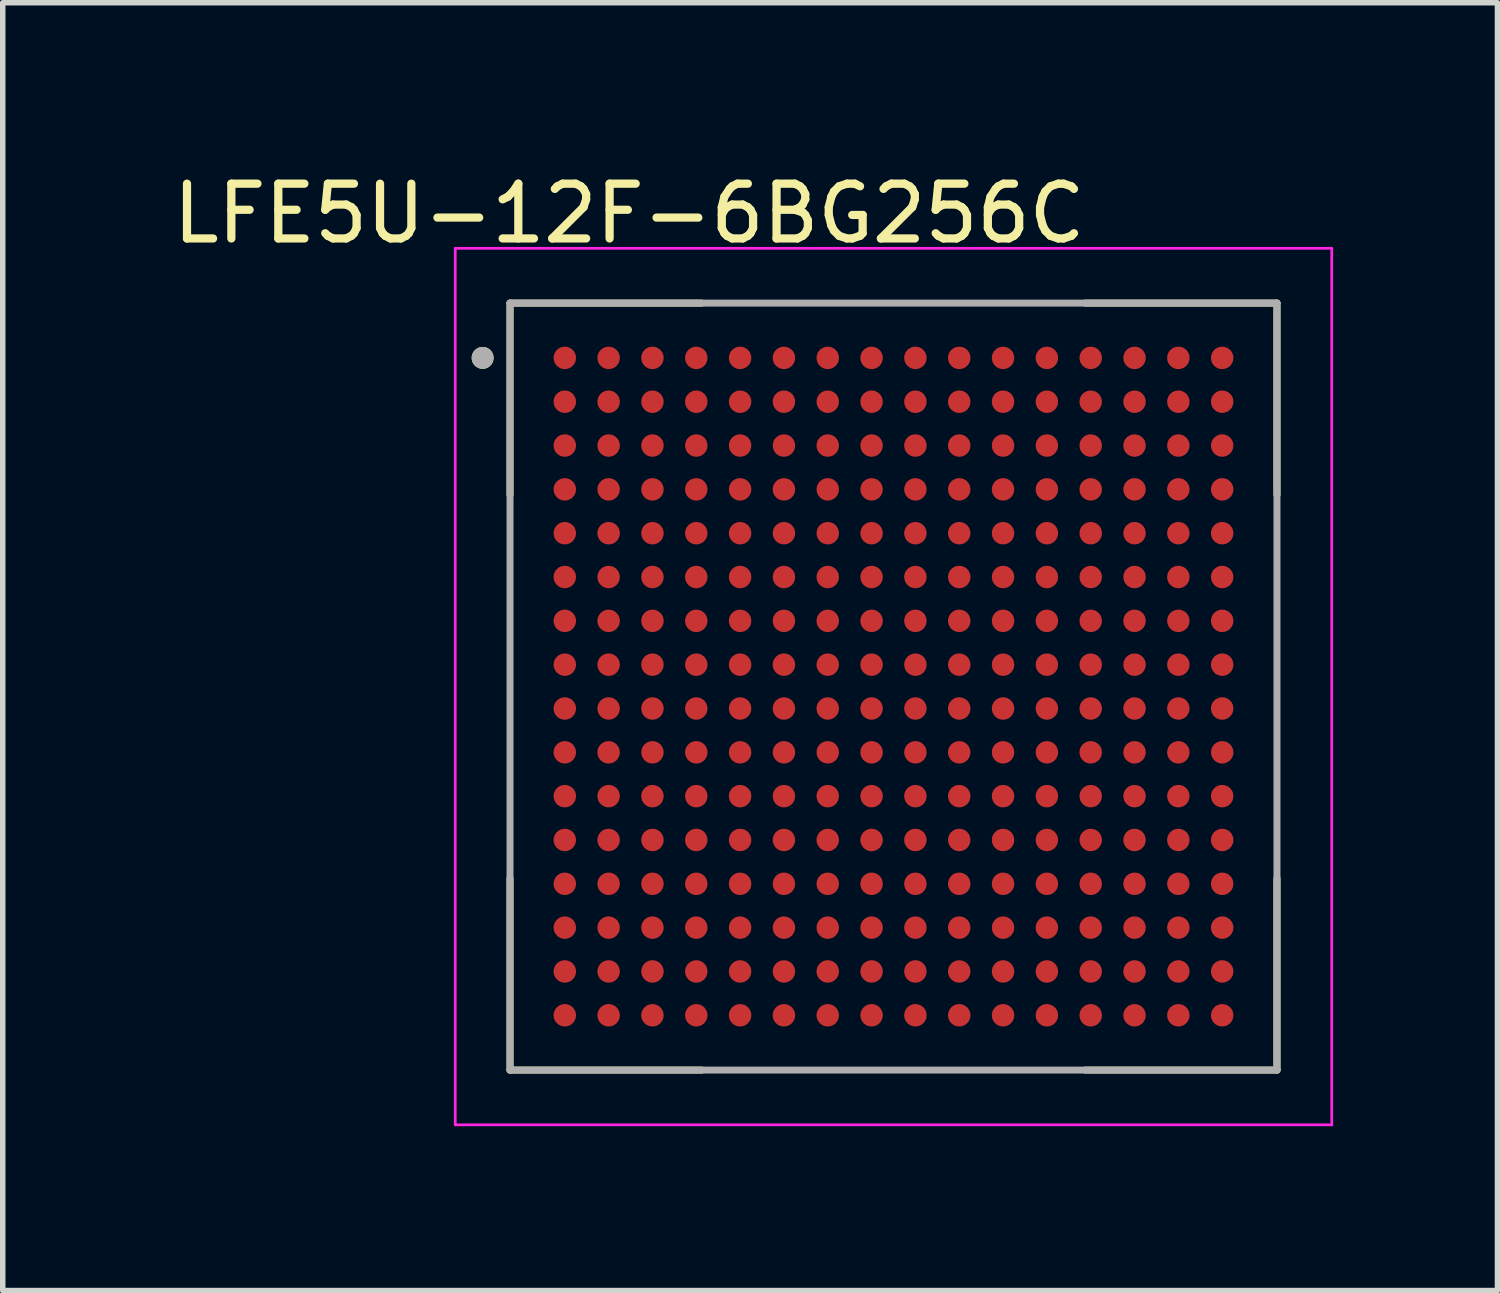
<source format=kicad_pcb>
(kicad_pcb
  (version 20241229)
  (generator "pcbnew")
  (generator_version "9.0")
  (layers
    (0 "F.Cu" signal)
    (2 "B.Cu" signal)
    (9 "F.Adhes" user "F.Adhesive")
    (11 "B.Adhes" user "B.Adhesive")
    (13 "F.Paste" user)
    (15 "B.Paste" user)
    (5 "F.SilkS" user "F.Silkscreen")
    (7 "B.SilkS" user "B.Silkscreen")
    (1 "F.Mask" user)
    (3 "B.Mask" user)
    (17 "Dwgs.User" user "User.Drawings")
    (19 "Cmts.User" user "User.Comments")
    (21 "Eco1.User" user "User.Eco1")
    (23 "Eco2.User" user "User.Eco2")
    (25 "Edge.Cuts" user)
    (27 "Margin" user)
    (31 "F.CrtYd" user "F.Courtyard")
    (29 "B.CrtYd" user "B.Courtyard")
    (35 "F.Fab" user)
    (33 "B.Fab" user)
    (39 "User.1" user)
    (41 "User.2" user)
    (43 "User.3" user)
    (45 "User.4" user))
  (footprint "LFE5U-12F-6BG256C"
    (layer "F.Cu")
    (at 13.26 9.483)
    (property "Reference" "LFE5U-12F-6BG256C" (at -4.825 -8.635 0) (layer "F.SilkS") (effects (font (size 1 1) (thickness 0.15))))
    (attr smd)
    (fp_line (start -7 -7) (end -7 -3.5) (stroke (width 0.127) (type solid)) (layer "F.SilkS"))
    (fp_line (start -7 -7) (end -3.5 -7) (stroke (width 0.127) (type solid)) (layer "F.SilkS"))
    (fp_line (start -7 7) (end -7 3.5) (stroke (width 0.127) (type solid)) (layer "F.SilkS"))
    (fp_line (start -7 7) (end -3.5 7) (stroke (width 0.127) (type solid)) (layer "F.SilkS"))
    (fp_line (start 7 -7) (end 3.5 -7) (stroke (width 0.127) (type solid)) (layer "F.SilkS"))
    (fp_line (start 7 -7) (end 7 -3.5) (stroke (width 0.127) (type solid)) (layer "F.SilkS"))
    (fp_line (start 7 7) (end 3.5 7) (stroke (width 0.127) (type solid)) (layer "F.SilkS"))
    (fp_line (start 7 7) (end 7 3.5) (stroke (width 0.127) (type solid)) (layer "F.SilkS"))
    (fp_circle (center -7.5 -6) (end -7.4 -6) (stroke (width 0.2) (type solid)) (fill no) (layer "F.SilkS"))
    (fp_line (start -8 -8) (end 8 -8) (stroke (width 0.05) (type solid)) (layer "F.CrtYd"))
    (fp_line (start -8 8) (end -8 -8) (stroke (width 0.05) (type solid)) (layer "F.CrtYd"))
    (fp_line (start -8 8) (end 8 8) (stroke (width 0.05) (type solid)) (layer "F.CrtYd"))
    (fp_line (start 8 8) (end 8 -8) (stroke (width 0.05) (type solid)) (layer "F.CrtYd"))
    (fp_line (start -7 7) (end -7 -7) (stroke (width 0.127) (type solid)) (layer "F.Fab"))
    (fp_line (start 7 -7) (end -7 -7) (stroke (width 0.127) (type solid)) (layer "F.Fab"))
    (fp_line (start 7 7) (end -7 7) (stroke (width 0.127) (type solid)) (layer "F.Fab"))
    (fp_line (start 7 7) (end 7 -7) (stroke (width 0.127) (type solid)) (layer "F.Fab"))
    (fp_circle (center -7.5 -6) (end -7.4 -6) (stroke (width 0.2) (type solid)) (fill no) (layer "F.Fab"))
    (pad "A1" smd circle (at -6 -6) (size 0.41 0.41) (layers "F.Cu" "F.Mask" "F.Paste"))
    (pad "A2" smd circle (at -5.2 -6) (size 0.41 0.41) (layers "F.Cu" "F.Mask" "F.Paste"))
    (pad "A3" smd circle (at -4.4 -6) (size 0.41 0.41) (layers "F.Cu" "F.Mask" "F.Paste"))
    (pad "A4" smd circle (at -3.6 -6) (size 0.41 0.41) (layers "F.Cu" "F.Mask" "F.Paste"))
    (pad "A5" smd circle (at -2.8 -6) (size 0.41 0.41) (layers "F.Cu" "F.Mask" "F.Paste"))
    (pad "A6" smd circle (at -2 -6) (size 0.41 0.41) (layers "F.Cu" "F.Mask" "F.Paste"))
    (pad "A7" smd circle (at -1.2 -6) (size 0.41 0.41) (layers "F.Cu" "F.Mask" "F.Paste"))
    (pad "A8" smd circle (at -0.4 -6) (size 0.41 0.41) (layers "F.Cu" "F.Mask" "F.Paste"))
    (pad "A9" smd circle (at 0.4 -6) (size 0.41 0.41) (layers "F.Cu" "F.Mask" "F.Paste"))
    (pad "A10" smd circle (at 1.2 -6) (size 0.41 0.41) (layers "F.Cu" "F.Mask" "F.Paste"))
    (pad "A11" smd circle (at 2 -6) (size 0.41 0.41) (layers "F.Cu" "F.Mask" "F.Paste"))
    (pad "A12" smd circle (at 2.8 -6) (size 0.41 0.41) (layers "F.Cu" "F.Mask" "F.Paste"))
    (pad "A13" smd circle (at 3.6 -6) (size 0.41 0.41) (layers "F.Cu" "F.Mask" "F.Paste"))
    (pad "A14" smd circle (at 4.4 -6) (size 0.41 0.41) (layers "F.Cu" "F.Mask" "F.Paste"))
    (pad "A15" smd circle (at 5.2 -6) (size 0.41 0.41) (layers "F.Cu" "F.Mask" "F.Paste"))
    (pad "A16" smd circle (at 6 -6) (size 0.41 0.41) (layers "F.Cu" "F.Mask" "F.Paste"))
    (pad "B1" smd circle (at -6 -5.2) (size 0.41 0.41) (layers "F.Cu" "F.Mask" "F.Paste"))
    (pad "B2" smd circle (at -5.2 -5.2) (size 0.41 0.41) (layers "F.Cu" "F.Mask" "F.Paste"))
    (pad "B3" smd circle (at -4.4 -5.2) (size 0.41 0.41) (layers "F.Cu" "F.Mask" "F.Paste"))
    (pad "B4" smd circle (at -3.6 -5.2) (size 0.41 0.41) (layers "F.Cu" "F.Mask" "F.Paste"))
    (pad "B5" smd circle (at -2.8 -5.2) (size 0.41 0.41) (layers "F.Cu" "F.Mask" "F.Paste"))
    (pad "B6" smd circle (at -2 -5.2) (size 0.41 0.41) (layers "F.Cu" "F.Mask" "F.Paste"))
    (pad "B7" smd circle (at -1.2 -5.2) (size 0.41 0.41) (layers "F.Cu" "F.Mask" "F.Paste"))
    (pad "B8" smd circle (at -0.4 -5.2) (size 0.41 0.41) (layers "F.Cu" "F.Mask" "F.Paste"))
    (pad "B9" smd circle (at 0.4 -5.2) (size 0.41 0.41) (layers "F.Cu" "F.Mask" "F.Paste"))
    (pad "B10" smd circle (at 1.2 -5.2) (size 0.41 0.41) (layers "F.Cu" "F.Mask" "F.Paste"))
    (pad "B11" smd circle (at 2 -5.2) (size 0.41 0.41) (layers "F.Cu" "F.Mask" "F.Paste"))
    (pad "B12" smd circle (at 2.8 -5.2) (size 0.41 0.41) (layers "F.Cu" "F.Mask" "F.Paste"))
    (pad "B13" smd circle (at 3.6 -5.2) (size 0.41 0.41) (layers "F.Cu" "F.Mask" "F.Paste"))
    (pad "B14" smd circle (at 4.4 -5.2) (size 0.41 0.41) (layers "F.Cu" "F.Mask" "F.Paste"))
    (pad "B15" smd circle (at 5.2 -5.2) (size 0.41 0.41) (layers "F.Cu" "F.Mask" "F.Paste"))
    (pad "B16" smd circle (at 6 -5.2) (size 0.41 0.41) (layers "F.Cu" "F.Mask" "F.Paste"))
    (pad "C1" smd circle (at -6 -4.4) (size 0.41 0.41) (layers "F.Cu" "F.Mask" "F.Paste"))
    (pad "C2" smd circle (at -5.2 -4.4) (size 0.41 0.41) (layers "F.Cu" "F.Mask" "F.Paste"))
    (pad "C3" smd circle (at -4.4 -4.4) (size 0.41 0.41) (layers "F.Cu" "F.Mask" "F.Paste"))
    (pad "C4" smd circle (at -3.6 -4.4) (size 0.41 0.41) (layers "F.Cu" "F.Mask" "F.Paste"))
    (pad "C5" smd circle (at -2.8 -4.4) (size 0.41 0.41) (layers "F.Cu" "F.Mask" "F.Paste"))
    (pad "C6" smd circle (at -2 -4.4) (size 0.41 0.41) (layers "F.Cu" "F.Mask" "F.Paste"))
    (pad "C7" smd circle (at -1.2 -4.4) (size 0.41 0.41) (layers "F.Cu" "F.Mask" "F.Paste"))
    (pad "C8" smd circle (at -0.4 -4.4) (size 0.41 0.41) (layers "F.Cu" "F.Mask" "F.Paste"))
    (pad "C9" smd circle (at 0.4 -4.4) (size 0.41 0.41) (layers "F.Cu" "F.Mask" "F.Paste"))
    (pad "C10" smd circle (at 1.2 -4.4) (size 0.41 0.41) (layers "F.Cu" "F.Mask" "F.Paste"))
    (pad "C11" smd circle (at 2 -4.4) (size 0.41 0.41) (layers "F.Cu" "F.Mask" "F.Paste"))
    (pad "C12" smd circle (at 2.8 -4.4) (size 0.41 0.41) (layers "F.Cu" "F.Mask" "F.Paste"))
    (pad "C13" smd circle (at 3.6 -4.4) (size 0.41 0.41) (layers "F.Cu" "F.Mask" "F.Paste"))
    (pad "C14" smd circle (at 4.4 -4.4) (size 0.41 0.41) (layers "F.Cu" "F.Mask" "F.Paste"))
    (pad "C15" smd circle (at 5.2 -4.4) (size 0.41 0.41) (layers "F.Cu" "F.Mask" "F.Paste"))
    (pad "C16" smd circle (at 6 -4.4) (size 0.41 0.41) (layers "F.Cu" "F.Mask" "F.Paste"))
    (pad "D1" smd circle (at -6 -3.6) (size 0.41 0.41) (layers "F.Cu" "F.Mask" "F.Paste"))
    (pad "D2" smd circle (at -5.2 -3.6) (size 0.41 0.41) (layers "F.Cu" "F.Mask" "F.Paste"))
    (pad "D3" smd circle (at -4.4 -3.6) (size 0.41 0.41) (layers "F.Cu" "F.Mask" "F.Paste"))
    (pad "D4" smd circle (at -3.6 -3.6) (size 0.41 0.41) (layers "F.Cu" "F.Mask" "F.Paste"))
    (pad "D5" smd circle (at -2.8 -3.6) (size 0.41 0.41) (layers "F.Cu" "F.Mask" "F.Paste"))
    (pad "D6" smd circle (at -2 -3.6) (size 0.41 0.41) (layers "F.Cu" "F.Mask" "F.Paste"))
    (pad "D7" smd circle (at -1.2 -3.6) (size 0.41 0.41) (layers "F.Cu" "F.Mask" "F.Paste"))
    (pad "D8" smd circle (at -0.4 -3.6) (size 0.41 0.41) (layers "F.Cu" "F.Mask" "F.Paste"))
    (pad "D9" smd circle (at 0.4 -3.6) (size 0.41 0.41) (layers "F.Cu" "F.Mask" "F.Paste"))
    (pad "D10" smd circle (at 1.2 -3.6) (size 0.41 0.41) (layers "F.Cu" "F.Mask" "F.Paste"))
    (pad "D11" smd circle (at 2 -3.6) (size 0.41 0.41) (layers "F.Cu" "F.Mask" "F.Paste"))
    (pad "D12" smd circle (at 2.8 -3.6) (size 0.41 0.41) (layers "F.Cu" "F.Mask" "F.Paste"))
    (pad "D13" smd circle (at 3.6 -3.6) (size 0.41 0.41) (layers "F.Cu" "F.Mask" "F.Paste"))
    (pad "D14" smd circle (at 4.4 -3.6) (size 0.41 0.41) (layers "F.Cu" "F.Mask" "F.Paste"))
    (pad "D15" smd circle (at 5.2 -3.6) (size 0.41 0.41) (layers "F.Cu" "F.Mask" "F.Paste"))
    (pad "D16" smd circle (at 6 -3.6) (size 0.41 0.41) (layers "F.Cu" "F.Mask" "F.Paste"))
    (pad "E1" smd circle (at -6 -2.8) (size 0.41 0.41) (layers "F.Cu" "F.Mask" "F.Paste"))
    (pad "E2" smd circle (at -5.2 -2.8) (size 0.41 0.41) (layers "F.Cu" "F.Mask" "F.Paste"))
    (pad "E3" smd circle (at -4.4 -2.8) (size 0.41 0.41) (layers "F.Cu" "F.Mask" "F.Paste"))
    (pad "E4" smd circle (at -3.6 -2.8) (size 0.41 0.41) (layers "F.Cu" "F.Mask" "F.Paste"))
    (pad "E5" smd circle (at -2.8 -2.8) (size 0.41 0.41) (layers "F.Cu" "F.Mask" "F.Paste"))
    (pad "E6" smd circle (at -2 -2.8) (size 0.41 0.41) (layers "F.Cu" "F.Mask" "F.Paste"))
    (pad "E7" smd circle (at -1.2 -2.8) (size 0.41 0.41) (layers "F.Cu" "F.Mask" "F.Paste"))
    (pad "E8" smd circle (at -0.4 -2.8) (size 0.41 0.41) (layers "F.Cu" "F.Mask" "F.Paste"))
    (pad "E9" smd circle (at 0.4 -2.8) (size 0.41 0.41) (layers "F.Cu" "F.Mask" "F.Paste"))
    (pad "E10" smd circle (at 1.2 -2.8) (size 0.41 0.41) (layers "F.Cu" "F.Mask" "F.Paste"))
    (pad "E11" smd circle (at 2 -2.8) (size 0.41 0.41) (layers "F.Cu" "F.Mask" "F.Paste"))
    (pad "E12" smd circle (at 2.8 -2.8) (size 0.41 0.41) (layers "F.Cu" "F.Mask" "F.Paste"))
    (pad "E13" smd circle (at 3.6 -2.8) (size 0.41 0.41) (layers "F.Cu" "F.Mask" "F.Paste"))
    (pad "E14" smd circle (at 4.4 -2.8) (size 0.41 0.41) (layers "F.Cu" "F.Mask" "F.Paste"))
    (pad "E15" smd circle (at 5.2 -2.8) (size 0.41 0.41) (layers "F.Cu" "F.Mask" "F.Paste"))
    (pad "E16" smd circle (at 6 -2.8) (size 0.41 0.41) (layers "F.Cu" "F.Mask" "F.Paste"))
    (pad "F1" smd circle (at -6 -2) (size 0.41 0.41) (layers "F.Cu" "F.Mask" "F.Paste"))
    (pad "F2" smd circle (at -5.2 -2) (size 0.41 0.41) (layers "F.Cu" "F.Mask" "F.Paste"))
    (pad "F3" smd circle (at -4.4 -2) (size 0.41 0.41) (layers "F.Cu" "F.Mask" "F.Paste"))
    (pad "F4" smd circle (at -3.6 -2) (size 0.41 0.41) (layers "F.Cu" "F.Mask" "F.Paste"))
    (pad "F5" smd circle (at -2.8 -2) (size 0.41 0.41) (layers "F.Cu" "F.Mask" "F.Paste"))
    (pad "F6" smd circle (at -2 -2) (size 0.41 0.41) (layers "F.Cu" "F.Mask" "F.Paste"))
    (pad "F7" smd circle (at -1.2 -2) (size 0.41 0.41) (layers "F.Cu" "F.Mask" "F.Paste"))
    (pad "F8" smd circle (at -0.4 -2) (size 0.41 0.41) (layers "F.Cu" "F.Mask" "F.Paste"))
    (pad "F9" smd circle (at 0.4 -2) (size 0.41 0.41) (layers "F.Cu" "F.Mask" "F.Paste"))
    (pad "F10" smd circle (at 1.2 -2) (size 0.41 0.41) (layers "F.Cu" "F.Mask" "F.Paste"))
    (pad "F11" smd circle (at 2 -2) (size 0.41 0.41) (layers "F.Cu" "F.Mask" "F.Paste"))
    (pad "F12" smd circle (at 2.8 -2) (size 0.41 0.41) (layers "F.Cu" "F.Mask" "F.Paste"))
    (pad "F13" smd circle (at 3.6 -2) (size 0.41 0.41) (layers "F.Cu" "F.Mask" "F.Paste"))
    (pad "F14" smd circle (at 4.4 -2) (size 0.41 0.41) (layers "F.Cu" "F.Mask" "F.Paste"))
    (pad "F15" smd circle (at 5.2 -2) (size 0.41 0.41) (layers "F.Cu" "F.Mask" "F.Paste"))
    (pad "F16" smd circle (at 6 -2) (size 0.41 0.41) (layers "F.Cu" "F.Mask" "F.Paste"))
    (pad "G1" smd circle (at -6 -1.2) (size 0.41 0.41) (layers "F.Cu" "F.Mask" "F.Paste"))
    (pad "G2" smd circle (at -5.2 -1.2) (size 0.41 0.41) (layers "F.Cu" "F.Mask" "F.Paste"))
    (pad "G3" smd circle (at -4.4 -1.2) (size 0.41 0.41) (layers "F.Cu" "F.Mask" "F.Paste"))
    (pad "G4" smd circle (at -3.6 -1.2) (size 0.41 0.41) (layers "F.Cu" "F.Mask" "F.Paste"))
    (pad "G5" smd circle (at -2.8 -1.2) (size 0.41 0.41) (layers "F.Cu" "F.Mask" "F.Paste"))
    (pad "G6" smd circle (at -2 -1.2) (size 0.41 0.41) (layers "F.Cu" "F.Mask" "F.Paste"))
    (pad "G7" smd circle (at -1.2 -1.2) (size 0.41 0.41) (layers "F.Cu" "F.Mask" "F.Paste"))
    (pad "G8" smd circle (at -0.4 -1.2) (size 0.41 0.41) (layers "F.Cu" "F.Mask" "F.Paste"))
    (pad "G9" smd circle (at 0.4 -1.2) (size 0.41 0.41) (layers "F.Cu" "F.Mask" "F.Paste"))
    (pad "G10" smd circle (at 1.2 -1.2) (size 0.41 0.41) (layers "F.Cu" "F.Mask" "F.Paste"))
    (pad "G11" smd circle (at 2 -1.2) (size 0.41 0.41) (layers "F.Cu" "F.Mask" "F.Paste"))
    (pad "G12" smd circle (at 2.8 -1.2) (size 0.41 0.41) (layers "F.Cu" "F.Mask" "F.Paste"))
    (pad "G13" smd circle (at 3.6 -1.2) (size 0.41 0.41) (layers "F.Cu" "F.Mask" "F.Paste"))
    (pad "G14" smd circle (at 4.4 -1.2) (size 0.41 0.41) (layers "F.Cu" "F.Mask" "F.Paste"))
    (pad "G15" smd circle (at 5.2 -1.2) (size 0.41 0.41) (layers "F.Cu" "F.Mask" "F.Paste"))
    (pad "G16" smd circle (at 6 -1.2) (size 0.41 0.41) (layers "F.Cu" "F.Mask" "F.Paste"))
    (pad "H1" smd circle (at -6 -0.4) (size 0.41 0.41) (layers "F.Cu" "F.Mask" "F.Paste"))
    (pad "H2" smd circle (at -5.2 -0.4) (size 0.41 0.41) (layers "F.Cu" "F.Mask" "F.Paste"))
    (pad "H3" smd circle (at -4.4 -0.4) (size 0.41 0.41) (layers "F.Cu" "F.Mask" "F.Paste"))
    (pad "H4" smd circle (at -3.6 -0.4) (size 0.41 0.41) (layers "F.Cu" "F.Mask" "F.Paste"))
    (pad "H5" smd circle (at -2.8 -0.4) (size 0.41 0.41) (layers "F.Cu" "F.Mask" "F.Paste"))
    (pad "H6" smd circle (at -2 -0.4) (size 0.41 0.41) (layers "F.Cu" "F.Mask" "F.Paste"))
    (pad "H7" smd circle (at -1.2 -0.4) (size 0.41 0.41) (layers "F.Cu" "F.Mask" "F.Paste"))
    (pad "H8" smd circle (at -0.4 -0.4) (size 0.41 0.41) (layers "F.Cu" "F.Mask" "F.Paste"))
    (pad "H9" smd circle (at 0.4 -0.4) (size 0.41 0.41) (layers "F.Cu" "F.Mask" "F.Paste"))
    (pad "H10" smd circle (at 1.2 -0.4) (size 0.41 0.41) (layers "F.Cu" "F.Mask" "F.Paste"))
    (pad "H11" smd circle (at 2 -0.4) (size 0.41 0.41) (layers "F.Cu" "F.Mask" "F.Paste"))
    (pad "H12" smd circle (at 2.8 -0.4) (size 0.41 0.41) (layers "F.Cu" "F.Mask" "F.Paste"))
    (pad "H13" smd circle (at 3.6 -0.4) (size 0.41 0.41) (layers "F.Cu" "F.Mask" "F.Paste"))
    (pad "H14" smd circle (at 4.4 -0.4) (size 0.41 0.41) (layers "F.Cu" "F.Mask" "F.Paste"))
    (pad "H15" smd circle (at 5.2 -0.4) (size 0.41 0.41) (layers "F.Cu" "F.Mask" "F.Paste"))
    (pad "H16" smd circle (at 6 -0.4) (size 0.41 0.41) (layers "F.Cu" "F.Mask" "F.Paste"))
    (pad "J1" smd circle (at -6 0.4) (size 0.41 0.41) (layers "F.Cu" "F.Mask" "F.Paste"))
    (pad "J2" smd circle (at -5.2 0.4) (size 0.41 0.41) (layers "F.Cu" "F.Mask" "F.Paste"))
    (pad "J3" smd circle (at -4.4 0.4) (size 0.41 0.41) (layers "F.Cu" "F.Mask" "F.Paste"))
    (pad "J4" smd circle (at -3.6 0.4) (size 0.41 0.41) (layers "F.Cu" "F.Mask" "F.Paste"))
    (pad "J5" smd circle (at -2.8 0.4) (size 0.41 0.41) (layers "F.Cu" "F.Mask" "F.Paste"))
    (pad "J6" smd circle (at -2 0.4) (size 0.41 0.41) (layers "F.Cu" "F.Mask" "F.Paste"))
    (pad "J7" smd circle (at -1.2 0.4) (size 0.41 0.41) (layers "F.Cu" "F.Mask" "F.Paste"))
    (pad "J8" smd circle (at -0.4 0.4) (size 0.41 0.41) (layers "F.Cu" "F.Mask" "F.Paste"))
    (pad "J9" smd circle (at 0.4 0.4) (size 0.41 0.41) (layers "F.Cu" "F.Mask" "F.Paste"))
    (pad "J10" smd circle (at 1.2 0.4) (size 0.41 0.41) (layers "F.Cu" "F.Mask" "F.Paste"))
    (pad "J11" smd circle (at 2 0.4) (size 0.41 0.41) (layers "F.Cu" "F.Mask" "F.Paste"))
    (pad "J12" smd circle (at 2.8 0.4) (size 0.41 0.41) (layers "F.Cu" "F.Mask" "F.Paste"))
    (pad "J13" smd circle (at 3.6 0.4) (size 0.41 0.41) (layers "F.Cu" "F.Mask" "F.Paste"))
    (pad "J14" smd circle (at 4.4 0.4) (size 0.41 0.41) (layers "F.Cu" "F.Mask" "F.Paste"))
    (pad "J15" smd circle (at 5.2 0.4) (size 0.41 0.41) (layers "F.Cu" "F.Mask" "F.Paste"))
    (pad "J16" smd circle (at 6 0.4) (size 0.41 0.41) (layers "F.Cu" "F.Mask" "F.Paste"))
    (pad "K1" smd circle (at -6 1.2) (size 0.41 0.41) (layers "F.Cu" "F.Mask" "F.Paste"))
    (pad "K2" smd circle (at -5.2 1.2) (size 0.41 0.41) (layers "F.Cu" "F.Mask" "F.Paste"))
    (pad "K3" smd circle (at -4.4 1.2) (size 0.41 0.41) (layers "F.Cu" "F.Mask" "F.Paste"))
    (pad "K4" smd circle (at -3.6 1.2) (size 0.41 0.41) (layers "F.Cu" "F.Mask" "F.Paste"))
    (pad "K5" smd circle (at -2.8 1.2) (size 0.41 0.41) (layers "F.Cu" "F.Mask" "F.Paste"))
    (pad "K6" smd circle (at -2 1.2) (size 0.41 0.41) (layers "F.Cu" "F.Mask" "F.Paste"))
    (pad "K7" smd circle (at -1.2 1.2) (size 0.41 0.41) (layers "F.Cu" "F.Mask" "F.Paste"))
    (pad "K8" smd circle (at -0.4 1.2) (size 0.41 0.41) (layers "F.Cu" "F.Mask" "F.Paste"))
    (pad "K9" smd circle (at 0.4 1.2) (size 0.41 0.41) (layers "F.Cu" "F.Mask" "F.Paste"))
    (pad "K10" smd circle (at 1.2 1.2) (size 0.41 0.41) (layers "F.Cu" "F.Mask" "F.Paste"))
    (pad "K11" smd circle (at 2 1.2) (size 0.41 0.41) (layers "F.Cu" "F.Mask" "F.Paste"))
    (pad "K12" smd circle (at 2.8 1.2) (size 0.41 0.41) (layers "F.Cu" "F.Mask" "F.Paste"))
    (pad "K13" smd circle (at 3.6 1.2) (size 0.41 0.41) (layers "F.Cu" "F.Mask" "F.Paste"))
    (pad "K14" smd circle (at 4.4 1.2) (size 0.41 0.41) (layers "F.Cu" "F.Mask" "F.Paste"))
    (pad "K15" smd circle (at 5.2 1.2) (size 0.41 0.41) (layers "F.Cu" "F.Mask" "F.Paste"))
    (pad "K16" smd circle (at 6 1.2) (size 0.41 0.41) (layers "F.Cu" "F.Mask" "F.Paste"))
    (pad "L1" smd circle (at -6 2) (size 0.41 0.41) (layers "F.Cu" "F.Mask" "F.Paste"))
    (pad "L2" smd circle (at -5.2 2) (size 0.41 0.41) (layers "F.Cu" "F.Mask" "F.Paste"))
    (pad "L3" smd circle (at -4.4 2) (size 0.41 0.41) (layers "F.Cu" "F.Mask" "F.Paste"))
    (pad "L4" smd circle (at -3.6 2) (size 0.41 0.41) (layers "F.Cu" "F.Mask" "F.Paste"))
    (pad "L5" smd circle (at -2.8 2) (size 0.41 0.41) (layers "F.Cu" "F.Mask" "F.Paste"))
    (pad "L6" smd circle (at -2 2) (size 0.41 0.41) (layers "F.Cu" "F.Mask" "F.Paste"))
    (pad "L7" smd circle (at -1.2 2) (size 0.41 0.41) (layers "F.Cu" "F.Mask" "F.Paste"))
    (pad "L8" smd circle (at -0.4 2) (size 0.41 0.41) (layers "F.Cu" "F.Mask" "F.Paste"))
    (pad "L9" smd circle (at 0.4 2) (size 0.41 0.41) (layers "F.Cu" "F.Mask" "F.Paste"))
    (pad "L10" smd circle (at 1.2 2) (size 0.41 0.41) (layers "F.Cu" "F.Mask" "F.Paste"))
    (pad "L11" smd circle (at 2 2) (size 0.41 0.41) (layers "F.Cu" "F.Mask" "F.Paste"))
    (pad "L12" smd circle (at 2.8 2) (size 0.41 0.41) (layers "F.Cu" "F.Mask" "F.Paste"))
    (pad "L13" smd circle (at 3.6 2) (size 0.41 0.41) (layers "F.Cu" "F.Mask" "F.Paste"))
    (pad "L14" smd circle (at 4.4 2) (size 0.41 0.41) (layers "F.Cu" "F.Mask" "F.Paste"))
    (pad "L15" smd circle (at 5.2 2) (size 0.41 0.41) (layers "F.Cu" "F.Mask" "F.Paste"))
    (pad "L16" smd circle (at 6 2) (size 0.41 0.41) (layers "F.Cu" "F.Mask" "F.Paste"))
    (pad "M1" smd circle (at -6 2.8) (size 0.41 0.41) (layers "F.Cu" "F.Mask" "F.Paste"))
    (pad "M2" smd circle (at -5.2 2.8) (size 0.41 0.41) (layers "F.Cu" "F.Mask" "F.Paste"))
    (pad "M3" smd circle (at -4.4 2.8) (size 0.41 0.41) (layers "F.Cu" "F.Mask" "F.Paste"))
    (pad "M4" smd circle (at -3.6 2.8) (size 0.41 0.41) (layers "F.Cu" "F.Mask" "F.Paste"))
    (pad "M5" smd circle (at -2.8 2.8) (size 0.41 0.41) (layers "F.Cu" "F.Mask" "F.Paste"))
    (pad "M6" smd circle (at -2 2.8) (size 0.41 0.41) (layers "F.Cu" "F.Mask" "F.Paste"))
    (pad "M7" smd circle (at -1.2 2.8) (size 0.41 0.41) (layers "F.Cu" "F.Mask" "F.Paste"))
    (pad "M8" smd circle (at -0.4 2.8) (size 0.41 0.41) (layers "F.Cu" "F.Mask" "F.Paste"))
    (pad "M9" smd circle (at 0.4 2.8) (size 0.41 0.41) (layers "F.Cu" "F.Mask" "F.Paste"))
    (pad "M10" smd circle (at 1.2 2.8) (size 0.41 0.41) (layers "F.Cu" "F.Mask" "F.Paste"))
    (pad "M11" smd circle (at 2 2.8) (size 0.41 0.41) (layers "F.Cu" "F.Mask" "F.Paste"))
    (pad "M12" smd circle (at 2.8 2.8) (size 0.41 0.41) (layers "F.Cu" "F.Mask" "F.Paste"))
    (pad "M13" smd circle (at 3.6 2.8) (size 0.41 0.41) (layers "F.Cu" "F.Mask" "F.Paste"))
    (pad "M14" smd circle (at 4.4 2.8) (size 0.41 0.41) (layers "F.Cu" "F.Mask" "F.Paste"))
    (pad "M15" smd circle (at 5.2 2.8) (size 0.41 0.41) (layers "F.Cu" "F.Mask" "F.Paste"))
    (pad "M16" smd circle (at 6 2.8) (size 0.41 0.41) (layers "F.Cu" "F.Mask" "F.Paste"))
    (pad "N1" smd circle (at -6 3.6) (size 0.41 0.41) (layers "F.Cu" "F.Mask" "F.Paste"))
    (pad "N2" smd circle (at -5.2 3.6) (size 0.41 0.41) (layers "F.Cu" "F.Mask" "F.Paste"))
    (pad "N3" smd circle (at -4.4 3.6) (size 0.41 0.41) (layers "F.Cu" "F.Mask" "F.Paste"))
    (pad "N4" smd circle (at -3.6 3.6) (size 0.41 0.41) (layers "F.Cu" "F.Mask" "F.Paste"))
    (pad "N5" smd circle (at -2.8 3.6) (size 0.41 0.41) (layers "F.Cu" "F.Mask" "F.Paste"))
    (pad "N6" smd circle (at -2 3.6) (size 0.41 0.41) (layers "F.Cu" "F.Mask" "F.Paste"))
    (pad "N7" smd circle (at -1.2 3.6) (size 0.41 0.41) (layers "F.Cu" "F.Mask" "F.Paste"))
    (pad "N8" smd circle (at -0.4 3.6) (size 0.41 0.41) (layers "F.Cu" "F.Mask" "F.Paste"))
    (pad "N9" smd circle (at 0.4 3.6) (size 0.41 0.41) (layers "F.Cu" "F.Mask" "F.Paste"))
    (pad "N10" smd circle (at 1.2 3.6) (size 0.41 0.41) (layers "F.Cu" "F.Mask" "F.Paste"))
    (pad "N11" smd circle (at 2 3.6) (size 0.41 0.41) (layers "F.Cu" "F.Mask" "F.Paste"))
    (pad "N12" smd circle (at 2.8 3.6) (size 0.41 0.41) (layers "F.Cu" "F.Mask" "F.Paste"))
    (pad "N13" smd circle (at 3.6 3.6) (size 0.41 0.41) (layers "F.Cu" "F.Mask" "F.Paste"))
    (pad "N14" smd circle (at 4.4 3.6) (size 0.41 0.41) (layers "F.Cu" "F.Mask" "F.Paste"))
    (pad "N15" smd circle (at 5.2 3.6) (size 0.41 0.41) (layers "F.Cu" "F.Mask" "F.Paste"))
    (pad "N16" smd circle (at 6 3.6) (size 0.41 0.41) (layers "F.Cu" "F.Mask" "F.Paste"))
    (pad "P1" smd circle (at -6 4.4) (size 0.41 0.41) (layers "F.Cu" "F.Mask" "F.Paste"))
    (pad "P2" smd circle (at -5.2 4.4) (size 0.41 0.41) (layers "F.Cu" "F.Mask" "F.Paste"))
    (pad "P3" smd circle (at -4.4 4.4) (size 0.41 0.41) (layers "F.Cu" "F.Mask" "F.Paste"))
    (pad "P4" smd circle (at -3.6 4.4) (size 0.41 0.41) (layers "F.Cu" "F.Mask" "F.Paste"))
    (pad "P5" smd circle (at -2.8 4.4) (size 0.41 0.41) (layers "F.Cu" "F.Mask" "F.Paste"))
    (pad "P6" smd circle (at -2 4.4) (size 0.41 0.41) (layers "F.Cu" "F.Mask" "F.Paste"))
    (pad "P7" smd circle (at -1.2 4.4) (size 0.41 0.41) (layers "F.Cu" "F.Mask" "F.Paste"))
    (pad "P8" smd circle (at -0.4 4.4) (size 0.41 0.41) (layers "F.Cu" "F.Mask" "F.Paste"))
    (pad "P9" smd circle (at 0.4 4.4) (size 0.41 0.41) (layers "F.Cu" "F.Mask" "F.Paste"))
    (pad "P10" smd circle (at 1.2 4.4) (size 0.41 0.41) (layers "F.Cu" "F.Mask" "F.Paste"))
    (pad "P11" smd circle (at 2 4.4) (size 0.41 0.41) (layers "F.Cu" "F.Mask" "F.Paste"))
    (pad "P12" smd circle (at 2.8 4.4) (size 0.41 0.41) (layers "F.Cu" "F.Mask" "F.Paste"))
    (pad "P13" smd circle (at 3.6 4.4) (size 0.41 0.41) (layers "F.Cu" "F.Mask" "F.Paste"))
    (pad "P14" smd circle (at 4.4 4.4) (size 0.41 0.41) (layers "F.Cu" "F.Mask" "F.Paste"))
    (pad "P15" smd circle (at 5.2 4.4) (size 0.41 0.41) (layers "F.Cu" "F.Mask" "F.Paste"))
    (pad "P16" smd circle (at 6 4.4) (size 0.41 0.41) (layers "F.Cu" "F.Mask" "F.Paste"))
    (pad "R1" smd circle (at -6 5.2) (size 0.41 0.41) (layers "F.Cu" "F.Mask" "F.Paste"))
    (pad "R2" smd circle (at -5.2 5.2) (size 0.41 0.41) (layers "F.Cu" "F.Mask" "F.Paste"))
    (pad "R3" smd circle (at -4.4 5.2) (size 0.41 0.41) (layers "F.Cu" "F.Mask" "F.Paste"))
    (pad "R4" smd circle (at -3.6 5.2) (size 0.41 0.41) (layers "F.Cu" "F.Mask" "F.Paste"))
    (pad "R5" smd circle (at -2.8 5.2) (size 0.41 0.41) (layers "F.Cu" "F.Mask" "F.Paste"))
    (pad "R6" smd circle (at -2 5.2) (size 0.41 0.41) (layers "F.Cu" "F.Mask" "F.Paste"))
    (pad "R7" smd circle (at -1.2 5.2) (size 0.41 0.41) (layers "F.Cu" "F.Mask" "F.Paste"))
    (pad "R8" smd circle (at -0.4 5.2) (size 0.41 0.41) (layers "F.Cu" "F.Mask" "F.Paste"))
    (pad "R9" smd circle (at 0.4 5.2) (size 0.41 0.41) (layers "F.Cu" "F.Mask" "F.Paste"))
    (pad "R10" smd circle (at 1.2 5.2) (size 0.41 0.41) (layers "F.Cu" "F.Mask" "F.Paste"))
    (pad "R11" smd circle (at 2 5.2) (size 0.41 0.41) (layers "F.Cu" "F.Mask" "F.Paste"))
    (pad "R12" smd circle (at 2.8 5.2) (size 0.41 0.41) (layers "F.Cu" "F.Mask" "F.Paste"))
    (pad "R13" smd circle (at 3.6 5.2) (size 0.41 0.41) (layers "F.Cu" "F.Mask" "F.Paste"))
    (pad "R14" smd circle (at 4.4 5.2) (size 0.41 0.41) (layers "F.Cu" "F.Mask" "F.Paste"))
    (pad "R15" smd circle (at 5.2 5.2) (size 0.41 0.41) (layers "F.Cu" "F.Mask" "F.Paste"))
    (pad "R16" smd circle (at 6 5.2) (size 0.41 0.41) (layers "F.Cu" "F.Mask" "F.Paste"))
    (pad "T1" smd circle (at -6 6) (size 0.41 0.41) (layers "F.Cu" "F.Mask" "F.Paste"))
    (pad "T2" smd circle (at -5.2 6) (size 0.41 0.41) (layers "F.Cu" "F.Mask" "F.Paste"))
    (pad "T3" smd circle (at -4.4 6) (size 0.41 0.41) (layers "F.Cu" "F.Mask" "F.Paste"))
    (pad "T4" smd circle (at -3.6 6) (size 0.41 0.41) (layers "F.Cu" "F.Mask" "F.Paste"))
    (pad "T5" smd circle (at -2.8 6) (size 0.41 0.41) (layers "F.Cu" "F.Mask" "F.Paste"))
    (pad "T6" smd circle (at -2 6) (size 0.41 0.41) (layers "F.Cu" "F.Mask" "F.Paste"))
    (pad "T7" smd circle (at -1.2 6) (size 0.41 0.41) (layers "F.Cu" "F.Mask" "F.Paste"))
    (pad "T8" smd circle (at -0.4 6) (size 0.41 0.41) (layers "F.Cu" "F.Mask" "F.Paste"))
    (pad "T9" smd circle (at 0.4 6) (size 0.41 0.41) (layers "F.Cu" "F.Mask" "F.Paste"))
    (pad "T10" smd circle (at 1.2 6) (size 0.41 0.41) (layers "F.Cu" "F.Mask" "F.Paste"))
    (pad "T11" smd circle (at 2 6) (size 0.41 0.41) (layers "F.Cu" "F.Mask" "F.Paste"))
    (pad "T12" smd circle (at 2.8 6) (size 0.41 0.41) (layers "F.Cu" "F.Mask" "F.Paste"))
    (pad "T13" smd circle (at 3.6 6) (size 0.41 0.41) (layers "F.Cu" "F.Mask" "F.Paste"))
    (pad "T14" smd circle (at 4.4 6) (size 0.41 0.41) (layers "F.Cu" "F.Mask" "F.Paste"))
    (pad "T15" smd circle (at 5.2 6) (size 0.41 0.41) (layers "F.Cu" "F.Mask" "F.Paste"))
    (pad "T16" smd circle (at 6 6) (size 0.41 0.41) (layers "F.Cu" "F.Mask" "F.Paste")))
  (gr_rect
    (start -3 -3)
    (end 24.285 20.508)
    (stroke (width 0.1) (type default))
    (fill no)
    (layer "Edge.Cuts")))
</source>
